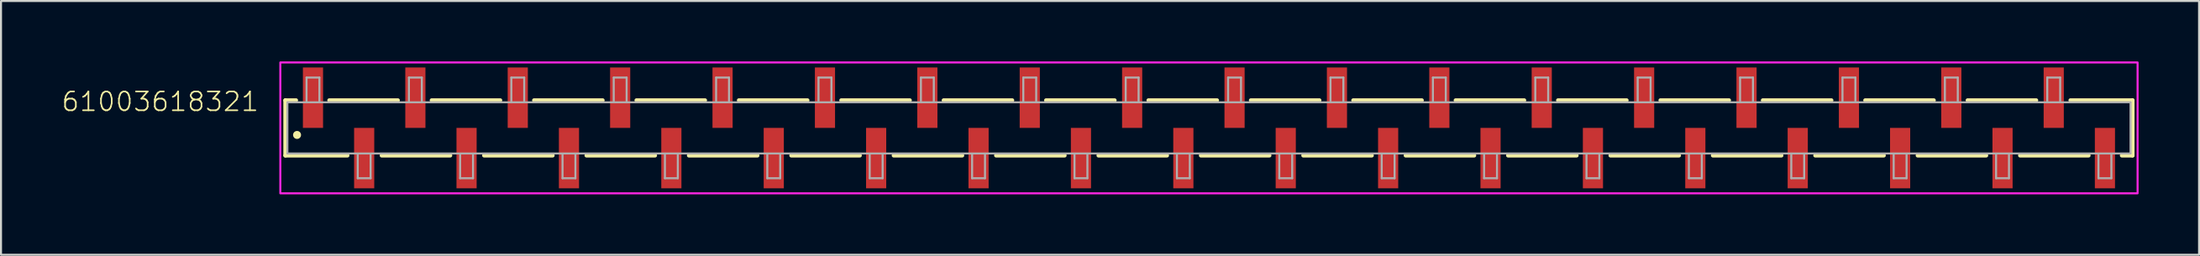
<source format=kicad_pcb>
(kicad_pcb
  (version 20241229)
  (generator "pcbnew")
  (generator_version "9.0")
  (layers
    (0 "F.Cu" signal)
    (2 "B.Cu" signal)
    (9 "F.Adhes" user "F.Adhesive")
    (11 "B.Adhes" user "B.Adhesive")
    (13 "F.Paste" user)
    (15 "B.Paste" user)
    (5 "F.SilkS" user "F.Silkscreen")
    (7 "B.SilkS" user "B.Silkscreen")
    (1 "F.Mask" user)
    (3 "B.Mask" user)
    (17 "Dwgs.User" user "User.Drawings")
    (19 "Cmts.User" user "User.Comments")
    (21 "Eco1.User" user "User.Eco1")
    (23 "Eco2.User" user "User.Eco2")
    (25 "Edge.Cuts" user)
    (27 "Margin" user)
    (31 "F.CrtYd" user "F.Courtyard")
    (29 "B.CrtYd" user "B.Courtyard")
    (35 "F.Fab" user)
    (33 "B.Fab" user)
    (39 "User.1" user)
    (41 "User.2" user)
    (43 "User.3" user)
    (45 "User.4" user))
  (footprint "61003618321"
    (layer "F.Cu")
    (at 56.927 3.3)
    (property "Reference" "61003618321" (at -47.078 -0.756 0) (unlocked yes) (layer "F.SilkS") (effects (font (size 0.935 0.935) (thickness 0.081)) (justify right bottom)))
    (fp_line (start -45.82 -1.37) (end -45.82 1.37) (stroke (width 0.2) (type solid)) (layer "F.SilkS"))
    (fp_line (start -45.82 1.37) (end -42.74 1.37) (stroke (width 0.2) (type solid)) (layer "F.SilkS"))
    (fp_line (start -45.29 -1.37) (end -45.82 -1.37) (stroke (width 0.2) (type solid)) (layer "F.SilkS"))
    (fp_line (start -41.04 1.37) (end -37.64 1.37) (stroke (width 0.2) (type solid)) (layer "F.SilkS"))
    (fp_line (start -40.24 -1.37) (end -43.64 -1.37) (stroke (width 0.2) (type solid)) (layer "F.SilkS"))
    (fp_line (start -35.96 1.37) (end -32.56 1.37) (stroke (width 0.2) (type solid)) (layer "F.SilkS"))
    (fp_line (start -35.16 -1.37) (end -38.56 -1.37) (stroke (width 0.2) (type solid)) (layer "F.SilkS"))
    (fp_line (start -30.88 1.37) (end -27.48 1.37) (stroke (width 0.2) (type solid)) (layer "F.SilkS"))
    (fp_line (start -30.08 -1.37) (end -33.48 -1.37) (stroke (width 0.2) (type solid)) (layer "F.SilkS"))
    (fp_line (start -25.8 1.37) (end -22.4 1.37) (stroke (width 0.2) (type solid)) (layer "F.SilkS"))
    (fp_line (start -25 -1.37) (end -28.4 -1.37) (stroke (width 0.2) (type solid)) (layer "F.SilkS"))
    (fp_line (start -20.72 1.37) (end -17.32 1.37) (stroke (width 0.2) (type solid)) (layer "F.SilkS"))
    (fp_line (start -19.92 -1.37) (end -23.32 -1.37) (stroke (width 0.2) (type solid)) (layer "F.SilkS"))
    (fp_line (start -15.64 1.37) (end -12.24 1.37) (stroke (width 0.2) (type solid)) (layer "F.SilkS"))
    (fp_line (start -14.84 -1.37) (end -18.24 -1.37) (stroke (width 0.2) (type solid)) (layer "F.SilkS"))
    (fp_line (start -10.56 1.37) (end -7.16 1.37) (stroke (width 0.2) (type solid)) (layer "F.SilkS"))
    (fp_line (start -9.76 -1.37) (end -13.16 -1.37) (stroke (width 0.2) (type solid)) (layer "F.SilkS"))
    (fp_line (start -5.48 1.37) (end -2.08 1.37) (stroke (width 0.2) (type solid)) (layer "F.SilkS"))
    (fp_line (start -4.68 -1.37) (end -8.08 -1.37) (stroke (width 0.2) (type solid)) (layer "F.SilkS"))
    (fp_line (start -0.4 1.37) (end 3 1.37) (stroke (width 0.2) (type solid)) (layer "F.SilkS"))
    (fp_line (start 0.4 -1.37) (end -3 -1.37) (stroke (width 0.2) (type solid)) (layer "F.SilkS"))
    (fp_line (start 4.68 1.37) (end 8.08 1.37) (stroke (width 0.2) (type solid)) (layer "F.SilkS"))
    (fp_line (start 5.48 -1.37) (end 2.08 -1.37) (stroke (width 0.2) (type solid)) (layer "F.SilkS"))
    (fp_line (start 9.76 1.37) (end 13.16 1.37) (stroke (width 0.2) (type solid)) (layer "F.SilkS"))
    (fp_line (start 10.56 -1.37) (end 7.16 -1.37) (stroke (width 0.2) (type solid)) (layer "F.SilkS"))
    (fp_line (start 14.84 1.37) (end 18.24 1.37) (stroke (width 0.2) (type solid)) (layer "F.SilkS"))
    (fp_line (start 15.64 -1.37) (end 12.24 -1.37) (stroke (width 0.2) (type solid)) (layer "F.SilkS"))
    (fp_line (start 19.92 1.37) (end 23.32 1.37) (stroke (width 0.2) (type solid)) (layer "F.SilkS"))
    (fp_line (start 20.72 -1.37) (end 17.32 -1.37) (stroke (width 0.2) (type solid)) (layer "F.SilkS"))
    (fp_line (start 25 1.37) (end 28.4 1.37) (stroke (width 0.2) (type solid)) (layer "F.SilkS"))
    (fp_line (start 25.8 -1.37) (end 22.4 -1.37) (stroke (width 0.2) (type solid)) (layer "F.SilkS"))
    (fp_line (start 30.08 1.37) (end 33.48 1.37) (stroke (width 0.2) (type solid)) (layer "F.SilkS"))
    (fp_line (start 30.88 -1.37) (end 27.48 -1.37) (stroke (width 0.2) (type solid)) (layer "F.SilkS"))
    (fp_line (start 35.16 1.37) (end 38.56 1.37) (stroke (width 0.2) (type solid)) (layer "F.SilkS"))
    (fp_line (start 35.96 -1.37) (end 32.56 -1.37) (stroke (width 0.2) (type solid)) (layer "F.SilkS"))
    (fp_line (start 40.24 1.37) (end 43.64 1.37) (stroke (width 0.2) (type solid)) (layer "F.SilkS"))
    (fp_line (start 41.04 -1.37) (end 37.64 -1.37) (stroke (width 0.2) (type solid)) (layer "F.SilkS"))
    (fp_line (start 45.29 1.37) (end 45.82 1.37) (stroke (width 0.2) (type solid)) (layer "F.SilkS"))
    (fp_line (start 45.82 -1.37) (end 42.74 -1.37) (stroke (width 0.2) (type solid)) (layer "F.SilkS"))
    (fp_line (start 45.82 1.37) (end 45.82 -1.37) (stroke (width 0.2) (type solid)) (layer "F.SilkS"))
    (fp_circle (center -45.24 0.35) (end -45.14 0.35) (stroke (width 0.2) (type solid)) (fill no) (layer "F.SilkS"))
    (fp_poly (pts (xy 46.07 3.25) (xy -46.07 3.25) (xy -46.07 -3.25) (xy 46.07 -3.25)) (stroke (width 0.1) (type default)) (fill no) (layer "F.CrtYd"))
    (fp_line (start -45.72 -1.27) (end -45.72 1.27) (stroke (width 0.1) (type solid)) (layer "F.Fab"))
    (fp_line (start -45.72 1.27) (end 45.72 1.27) (stroke (width 0.1) (type solid)) (layer "F.Fab"))
    (fp_line (start -44.77 -2.5) (end -44.13 -2.5) (stroke (width 0.1) (type solid)) (layer "F.Fab"))
    (fp_line (start -44.77 -1.3) (end -44.77 -2.5) (stroke (width 0.1) (type solid)) (layer "F.Fab"))
    (fp_line (start -44.13 -2.5) (end -44.13 -1.3) (stroke (width 0.1) (type solid)) (layer "F.Fab"))
    (fp_line (start -42.23 2.5) (end -42.23 1.3) (stroke (width 0.1) (type solid)) (layer "F.Fab"))
    (fp_line (start -41.59 1.3) (end -41.59 2.5) (stroke (width 0.1) (type solid)) (layer "F.Fab"))
    (fp_line (start -41.59 2.5) (end -42.23 2.5) (stroke (width 0.1) (type solid)) (layer "F.Fab"))
    (fp_line (start -39.69 -2.5) (end -39.05 -2.5) (stroke (width 0.1) (type solid)) (layer "F.Fab"))
    (fp_line (start -39.69 -1.3) (end -39.69 -2.5) (stroke (width 0.1) (type solid)) (layer "F.Fab"))
    (fp_line (start -39.05 -2.5) (end -39.05 -1.3) (stroke (width 0.1) (type solid)) (layer "F.Fab"))
    (fp_line (start -37.15 2.5) (end -37.15 1.3) (stroke (width 0.1) (type solid)) (layer "F.Fab"))
    (fp_line (start -36.51 1.3) (end -36.51 2.5) (stroke (width 0.1) (type solid)) (layer "F.Fab"))
    (fp_line (start -36.51 2.5) (end -37.15 2.5) (stroke (width 0.1) (type solid)) (layer "F.Fab"))
    (fp_line (start -34.61 -2.5) (end -33.97 -2.5) (stroke (width 0.1) (type solid)) (layer "F.Fab"))
    (fp_line (start -34.61 -1.3) (end -34.61 -2.5) (stroke (width 0.1) (type solid)) (layer "F.Fab"))
    (fp_line (start -33.97 -2.5) (end -33.97 -1.3) (stroke (width 0.1) (type solid)) (layer "F.Fab"))
    (fp_line (start -32.07 2.5) (end -32.07 1.3) (stroke (width 0.1) (type solid)) (layer "F.Fab"))
    (fp_line (start -31.43 1.3) (end -31.43 2.5) (stroke (width 0.1) (type solid)) (layer "F.Fab"))
    (fp_line (start -31.43 2.5) (end -32.07 2.5) (stroke (width 0.1) (type solid)) (layer "F.Fab"))
    (fp_line (start -29.53 -2.5) (end -28.89 -2.5) (stroke (width 0.1) (type solid)) (layer "F.Fab"))
    (fp_line (start -29.53 -1.3) (end -29.53 -2.5) (stroke (width 0.1) (type solid)) (layer "F.Fab"))
    (fp_line (start -28.89 -2.5) (end -28.89 -1.3) (stroke (width 0.1) (type solid)) (layer "F.Fab"))
    (fp_line (start -26.99 2.5) (end -26.99 1.3) (stroke (width 0.1) (type solid)) (layer "F.Fab"))
    (fp_line (start -26.35 1.3) (end -26.35 2.5) (stroke (width 0.1) (type solid)) (layer "F.Fab"))
    (fp_line (start -26.35 2.5) (end -26.99 2.5) (stroke (width 0.1) (type solid)) (layer "F.Fab"))
    (fp_line (start -24.45 -2.5) (end -23.81 -2.5) (stroke (width 0.1) (type solid)) (layer "F.Fab"))
    (fp_line (start -24.45 -1.3) (end -24.45 -2.5) (stroke (width 0.1) (type solid)) (layer "F.Fab"))
    (fp_line (start -23.81 -2.5) (end -23.81 -1.3) (stroke (width 0.1) (type solid)) (layer "F.Fab"))
    (fp_line (start -21.91 2.5) (end -21.91 1.3) (stroke (width 0.1) (type solid)) (layer "F.Fab"))
    (fp_line (start -21.27 1.3) (end -21.27 2.5) (stroke (width 0.1) (type solid)) (layer "F.Fab"))
    (fp_line (start -21.27 2.5) (end -21.91 2.5) (stroke (width 0.1) (type solid)) (layer "F.Fab"))
    (fp_line (start -19.37 -2.5) (end -18.73 -2.5) (stroke (width 0.1) (type solid)) (layer "F.Fab"))
    (fp_line (start -19.37 -1.3) (end -19.37 -2.5) (stroke (width 0.1) (type solid)) (layer "F.Fab"))
    (fp_line (start -18.73 -2.5) (end -18.73 -1.3) (stroke (width 0.1) (type solid)) (layer "F.Fab"))
    (fp_line (start -16.83 2.5) (end -16.83 1.3) (stroke (width 0.1) (type solid)) (layer "F.Fab"))
    (fp_line (start -16.19 1.3) (end -16.19 2.5) (stroke (width 0.1) (type solid)) (layer "F.Fab"))
    (fp_line (start -16.19 2.5) (end -16.83 2.5) (stroke (width 0.1) (type solid)) (layer "F.Fab"))
    (fp_line (start -14.29 -2.5) (end -13.65 -2.5) (stroke (width 0.1) (type solid)) (layer "F.Fab"))
    (fp_line (start -14.29 -1.3) (end -14.29 -2.5) (stroke (width 0.1) (type solid)) (layer "F.Fab"))
    (fp_line (start -13.65 -2.5) (end -13.65 -1.3) (stroke (width 0.1) (type solid)) (layer "F.Fab"))
    (fp_line (start -11.75 2.5) (end -11.75 1.3) (stroke (width 0.1) (type solid)) (layer "F.Fab"))
    (fp_line (start -11.11 1.3) (end -11.11 2.5) (stroke (width 0.1) (type solid)) (layer "F.Fab"))
    (fp_line (start -11.11 2.5) (end -11.75 2.5) (stroke (width 0.1) (type solid)) (layer "F.Fab"))
    (fp_line (start -9.21 -2.5) (end -8.57 -2.5) (stroke (width 0.1) (type solid)) (layer "F.Fab"))
    (fp_line (start -9.21 -1.3) (end -9.21 -2.5) (stroke (width 0.1) (type solid)) (layer "F.Fab"))
    (fp_line (start -8.57 -2.5) (end -8.57 -1.3) (stroke (width 0.1) (type solid)) (layer "F.Fab"))
    (fp_line (start -6.67 2.5) (end -6.67 1.3) (stroke (width 0.1) (type solid)) (layer "F.Fab"))
    (fp_line (start -6.03 1.3) (end -6.03 2.5) (stroke (width 0.1) (type solid)) (layer "F.Fab"))
    (fp_line (start -6.03 2.5) (end -6.67 2.5) (stroke (width 0.1) (type solid)) (layer "F.Fab"))
    (fp_line (start -4.13 -2.5) (end -3.49 -2.5) (stroke (width 0.1) (type solid)) (layer "F.Fab"))
    (fp_line (start -4.13 -1.3) (end -4.13 -2.5) (stroke (width 0.1) (type solid)) (layer "F.Fab"))
    (fp_line (start -3.49 -2.5) (end -3.49 -1.3) (stroke (width 0.1) (type solid)) (layer "F.Fab"))
    (fp_line (start -1.59 2.5) (end -1.59 1.3) (stroke (width 0.1) (type solid)) (layer "F.Fab"))
    (fp_line (start -0.95 1.3) (end -0.95 2.5) (stroke (width 0.1) (type solid)) (layer "F.Fab"))
    (fp_line (start -0.95 2.5) (end -1.59 2.5) (stroke (width 0.1) (type solid)) (layer "F.Fab"))
    (fp_line (start 0.95 -2.5) (end 1.59 -2.5) (stroke (width 0.1) (type solid)) (layer "F.Fab"))
    (fp_line (start 0.95 -1.3) (end 0.95 -2.5) (stroke (width 0.1) (type solid)) (layer "F.Fab"))
    (fp_line (start 1.59 -2.5) (end 1.59 -1.3) (stroke (width 0.1) (type solid)) (layer "F.Fab"))
    (fp_line (start 3.49 2.5) (end 3.49 1.3) (stroke (width 0.1) (type solid)) (layer "F.Fab"))
    (fp_line (start 4.13 1.3) (end 4.13 2.5) (stroke (width 0.1) (type solid)) (layer "F.Fab"))
    (fp_line (start 4.13 2.5) (end 3.49 2.5) (stroke (width 0.1) (type solid)) (layer "F.Fab"))
    (fp_line (start 6.03 -2.5) (end 6.67 -2.5) (stroke (width 0.1) (type solid)) (layer "F.Fab"))
    (fp_line (start 6.03 -1.3) (end 6.03 -2.5) (stroke (width 0.1) (type solid)) (layer "F.Fab"))
    (fp_line (start 6.67 -2.5) (end 6.67 -1.3) (stroke (width 0.1) (type solid)) (layer "F.Fab"))
    (fp_line (start 8.57 2.5) (end 8.57 1.3) (stroke (width 0.1) (type solid)) (layer "F.Fab"))
    (fp_line (start 9.21 1.3) (end 9.21 2.5) (stroke (width 0.1) (type solid)) (layer "F.Fab"))
    (fp_line (start 9.21 2.5) (end 8.57 2.5) (stroke (width 0.1) (type solid)) (layer "F.Fab"))
    (fp_line (start 11.11 -2.5) (end 11.75 -2.5) (stroke (width 0.1) (type solid)) (layer "F.Fab"))
    (fp_line (start 11.11 -1.3) (end 11.11 -2.5) (stroke (width 0.1) (type solid)) (layer "F.Fab"))
    (fp_line (start 11.75 -2.5) (end 11.75 -1.3) (stroke (width 0.1) (type solid)) (layer "F.Fab"))
    (fp_line (start 13.65 2.5) (end 13.65 1.3) (stroke (width 0.1) (type solid)) (layer "F.Fab"))
    (fp_line (start 14.29 1.3) (end 14.29 2.5) (stroke (width 0.1) (type solid)) (layer "F.Fab"))
    (fp_line (start 14.29 2.5) (end 13.65 2.5) (stroke (width 0.1) (type solid)) (layer "F.Fab"))
    (fp_line (start 16.19 -2.5) (end 16.83 -2.5) (stroke (width 0.1) (type solid)) (layer "F.Fab"))
    (fp_line (start 16.19 -1.3) (end 16.19 -2.5) (stroke (width 0.1) (type solid)) (layer "F.Fab"))
    (fp_line (start 16.83 -2.5) (end 16.83 -1.3) (stroke (width 0.1) (type solid)) (layer "F.Fab"))
    (fp_line (start 18.73 2.5) (end 18.73 1.3) (stroke (width 0.1) (type solid)) (layer "F.Fab"))
    (fp_line (start 19.37 1.3) (end 19.37 2.5) (stroke (width 0.1) (type solid)) (layer "F.Fab"))
    (fp_line (start 19.37 2.5) (end 18.73 2.5) (stroke (width 0.1) (type solid)) (layer "F.Fab"))
    (fp_line (start 21.27 -2.5) (end 21.91 -2.5) (stroke (width 0.1) (type solid)) (layer "F.Fab"))
    (fp_line (start 21.27 -1.3) (end 21.27 -2.5) (stroke (width 0.1) (type solid)) (layer "F.Fab"))
    (fp_line (start 21.91 -2.5) (end 21.91 -1.3) (stroke (width 0.1) (type solid)) (layer "F.Fab"))
    (fp_line (start 23.81 2.5) (end 23.81 1.3) (stroke (width 0.1) (type solid)) (layer "F.Fab"))
    (fp_line (start 24.45 1.3) (end 24.45 2.5) (stroke (width 0.1) (type solid)) (layer "F.Fab"))
    (fp_line (start 24.45 2.5) (end 23.81 2.5) (stroke (width 0.1) (type solid)) (layer "F.Fab"))
    (fp_line (start 26.35 -2.5) (end 26.99 -2.5) (stroke (width 0.1) (type solid)) (layer "F.Fab"))
    (fp_line (start 26.35 -1.3) (end 26.35 -2.5) (stroke (width 0.1) (type solid)) (layer "F.Fab"))
    (fp_line (start 26.99 -2.5) (end 26.99 -1.3) (stroke (width 0.1) (type solid)) (layer "F.Fab"))
    (fp_line (start 28.89 2.5) (end 28.89 1.3) (stroke (width 0.1) (type solid)) (layer "F.Fab"))
    (fp_line (start 29.53 1.3) (end 29.53 2.5) (stroke (width 0.1) (type solid)) (layer "F.Fab"))
    (fp_line (start 29.53 2.5) (end 28.89 2.5) (stroke (width 0.1) (type solid)) (layer "F.Fab"))
    (fp_line (start 31.43 -2.5) (end 32.07 -2.5) (stroke (width 0.1) (type solid)) (layer "F.Fab"))
    (fp_line (start 31.43 -1.3) (end 31.43 -2.5) (stroke (width 0.1) (type solid)) (layer "F.Fab"))
    (fp_line (start 32.07 -2.5) (end 32.07 -1.3) (stroke (width 0.1) (type solid)) (layer "F.Fab"))
    (fp_line (start 33.97 2.5) (end 33.97 1.3) (stroke (width 0.1) (type solid)) (layer "F.Fab"))
    (fp_line (start 34.61 1.3) (end 34.61 2.5) (stroke (width 0.1) (type solid)) (layer "F.Fab"))
    (fp_line (start 34.61 2.5) (end 33.97 2.5) (stroke (width 0.1) (type solid)) (layer "F.Fab"))
    (fp_line (start 36.51 -2.5) (end 37.15 -2.5) (stroke (width 0.1) (type solid)) (layer "F.Fab"))
    (fp_line (start 36.51 -1.3) (end 36.51 -2.5) (stroke (width 0.1) (type solid)) (layer "F.Fab"))
    (fp_line (start 37.15 -2.5) (end 37.15 -1.3) (stroke (width 0.1) (type solid)) (layer "F.Fab"))
    (fp_line (start 39.05 2.5) (end 39.05 1.3) (stroke (width 0.1) (type solid)) (layer "F.Fab"))
    (fp_line (start 39.69 1.3) (end 39.69 2.5) (stroke (width 0.1) (type solid)) (layer "F.Fab"))
    (fp_line (start 39.69 2.5) (end 39.05 2.5) (stroke (width 0.1) (type solid)) (layer "F.Fab"))
    (fp_line (start 41.59 -2.5) (end 42.23 -2.5) (stroke (width 0.1) (type solid)) (layer "F.Fab"))
    (fp_line (start 41.59 -1.3) (end 41.59 -2.5) (stroke (width 0.1) (type solid)) (layer "F.Fab"))
    (fp_line (start 42.23 -2.5) (end 42.23 -1.3) (stroke (width 0.1) (type solid)) (layer "F.Fab"))
    (fp_line (start 44.13 2.5) (end 44.13 1.3) (stroke (width 0.1) (type solid)) (layer "F.Fab"))
    (fp_line (start 44.77 1.3) (end 44.77 2.5) (stroke (width 0.1) (type solid)) (layer "F.Fab"))
    (fp_line (start 44.77 2.5) (end 44.13 2.5) (stroke (width 0.1) (type solid)) (layer "F.Fab"))
    (fp_line (start 45.72 -1.27) (end -45.72 -1.27) (stroke (width 0.1) (type solid)) (layer "F.Fab"))
    (fp_line (start 45.72 1.27) (end 45.72 -1.27) (stroke (width 0.1) (type solid)) (layer "F.Fab"))
    (pad "1" smd rect (at -44.45 -1.5) (size 1 3) (layers "F.Cu" "F.Mask" "F.Paste"))
    (pad "2" smd rect (at -41.91 1.5) (size 1 3) (layers "F.Cu" "F.Mask" "F.Paste"))
    (pad "3" smd rect (at -39.37 -1.5) (size 1 3) (layers "F.Cu" "F.Mask" "F.Paste"))
    (pad "4" smd rect (at -36.83 1.5) (size 1 3) (layers "F.Cu" "F.Mask" "F.Paste"))
    (pad "5" smd rect (at -34.29 -1.5) (size 1 3) (layers "F.Cu" "F.Mask" "F.Paste"))
    (pad "6" smd rect (at -31.75 1.5) (size 1 3) (layers "F.Cu" "F.Mask" "F.Paste"))
    (pad "7" smd rect (at -29.21 -1.5) (size 1 3) (layers "F.Cu" "F.Mask" "F.Paste"))
    (pad "8" smd rect (at -26.67 1.5) (size 1 3) (layers "F.Cu" "F.Mask" "F.Paste"))
    (pad "9" smd rect (at -24.13 -1.5) (size 1 3) (layers "F.Cu" "F.Mask" "F.Paste"))
    (pad "10" smd rect (at -21.59 1.5) (size 1 3) (layers "F.Cu" "F.Mask" "F.Paste"))
    (pad "11" smd rect (at -19.05 -1.5) (size 1 3) (layers "F.Cu" "F.Mask" "F.Paste"))
    (pad "12" smd rect (at -16.51 1.5) (size 1 3) (layers "F.Cu" "F.Mask" "F.Paste"))
    (pad "13" smd rect (at -13.97 -1.5) (size 1 3) (layers "F.Cu" "F.Mask" "F.Paste"))
    (pad "14" smd rect (at -11.43 1.5) (size 1 3) (layers "F.Cu" "F.Mask" "F.Paste"))
    (pad "15" smd rect (at -8.89 -1.5) (size 1 3) (layers "F.Cu" "F.Mask" "F.Paste"))
    (pad "16" smd rect (at -6.35 1.5) (size 1 3) (layers "F.Cu" "F.Mask" "F.Paste"))
    (pad "17" smd rect (at -3.81 -1.5) (size 1 3) (layers "F.Cu" "F.Mask" "F.Paste"))
    (pad "18" smd rect (at -1.27 1.5) (size 1 3) (layers "F.Cu" "F.Mask" "F.Paste"))
    (pad "19" smd rect (at 1.27 -1.5 180) (size 1 3) (layers "F.Cu" "F.Mask" "F.Paste"))
    (pad "20" smd rect (at 3.81 1.5 180) (size 1 3) (layers "F.Cu" "F.Mask" "F.Paste"))
    (pad "21" smd rect (at 6.35 -1.5 180) (size 1 3) (layers "F.Cu" "F.Mask" "F.Paste"))
    (pad "22" smd rect (at 8.89 1.5 180) (size 1 3) (layers "F.Cu" "F.Mask" "F.Paste"))
    (pad "23" smd rect (at 11.43 -1.5 180) (size 1 3) (layers "F.Cu" "F.Mask" "F.Paste"))
    (pad "24" smd rect (at 13.97 1.5 180) (size 1 3) (layers "F.Cu" "F.Mask" "F.Paste"))
    (pad "25" smd rect (at 16.51 -1.5 180) (size 1 3) (layers "F.Cu" "F.Mask" "F.Paste"))
    (pad "26" smd rect (at 19.05 1.5 180) (size 1 3) (layers "F.Cu" "F.Mask" "F.Paste"))
    (pad "27" smd rect (at 21.59 -1.5 180) (size 1 3) (layers "F.Cu" "F.Mask" "F.Paste"))
    (pad "28" smd rect (at 24.13 1.5 180) (size 1 3) (layers "F.Cu" "F.Mask" "F.Paste"))
    (pad "29" smd rect (at 26.67 -1.5 180) (size 1 3) (layers "F.Cu" "F.Mask" "F.Paste"))
    (pad "30" smd rect (at 29.21 1.5 180) (size 1 3) (layers "F.Cu" "F.Mask" "F.Paste"))
    (pad "31" smd rect (at 31.75 -1.5 180) (size 1 3) (layers "F.Cu" "F.Mask" "F.Paste"))
    (pad "32" smd rect (at 34.29 1.5 180) (size 1 3) (layers "F.Cu" "F.Mask" "F.Paste"))
    (pad "33" smd rect (at 36.83 -1.5 180) (size 1 3) (layers "F.Cu" "F.Mask" "F.Paste"))
    (pad "34" smd rect (at 39.37 1.5 180) (size 1 3) (layers "F.Cu" "F.Mask" "F.Paste"))
    (pad "35" smd rect (at 41.91 -1.5 180) (size 1 3) (layers "F.Cu" "F.Mask" "F.Paste"))
    (pad "36" smd rect (at 44.45 1.5 180) (size 1 3) (layers "F.Cu" "F.Mask" "F.Paste")))
  (gr_rect
    (start -3 -3)
    (end 106.047 9.6)
    (stroke (width 0.1) (type default))
    (fill no)
    (layer "Edge.Cuts")))
</source>
